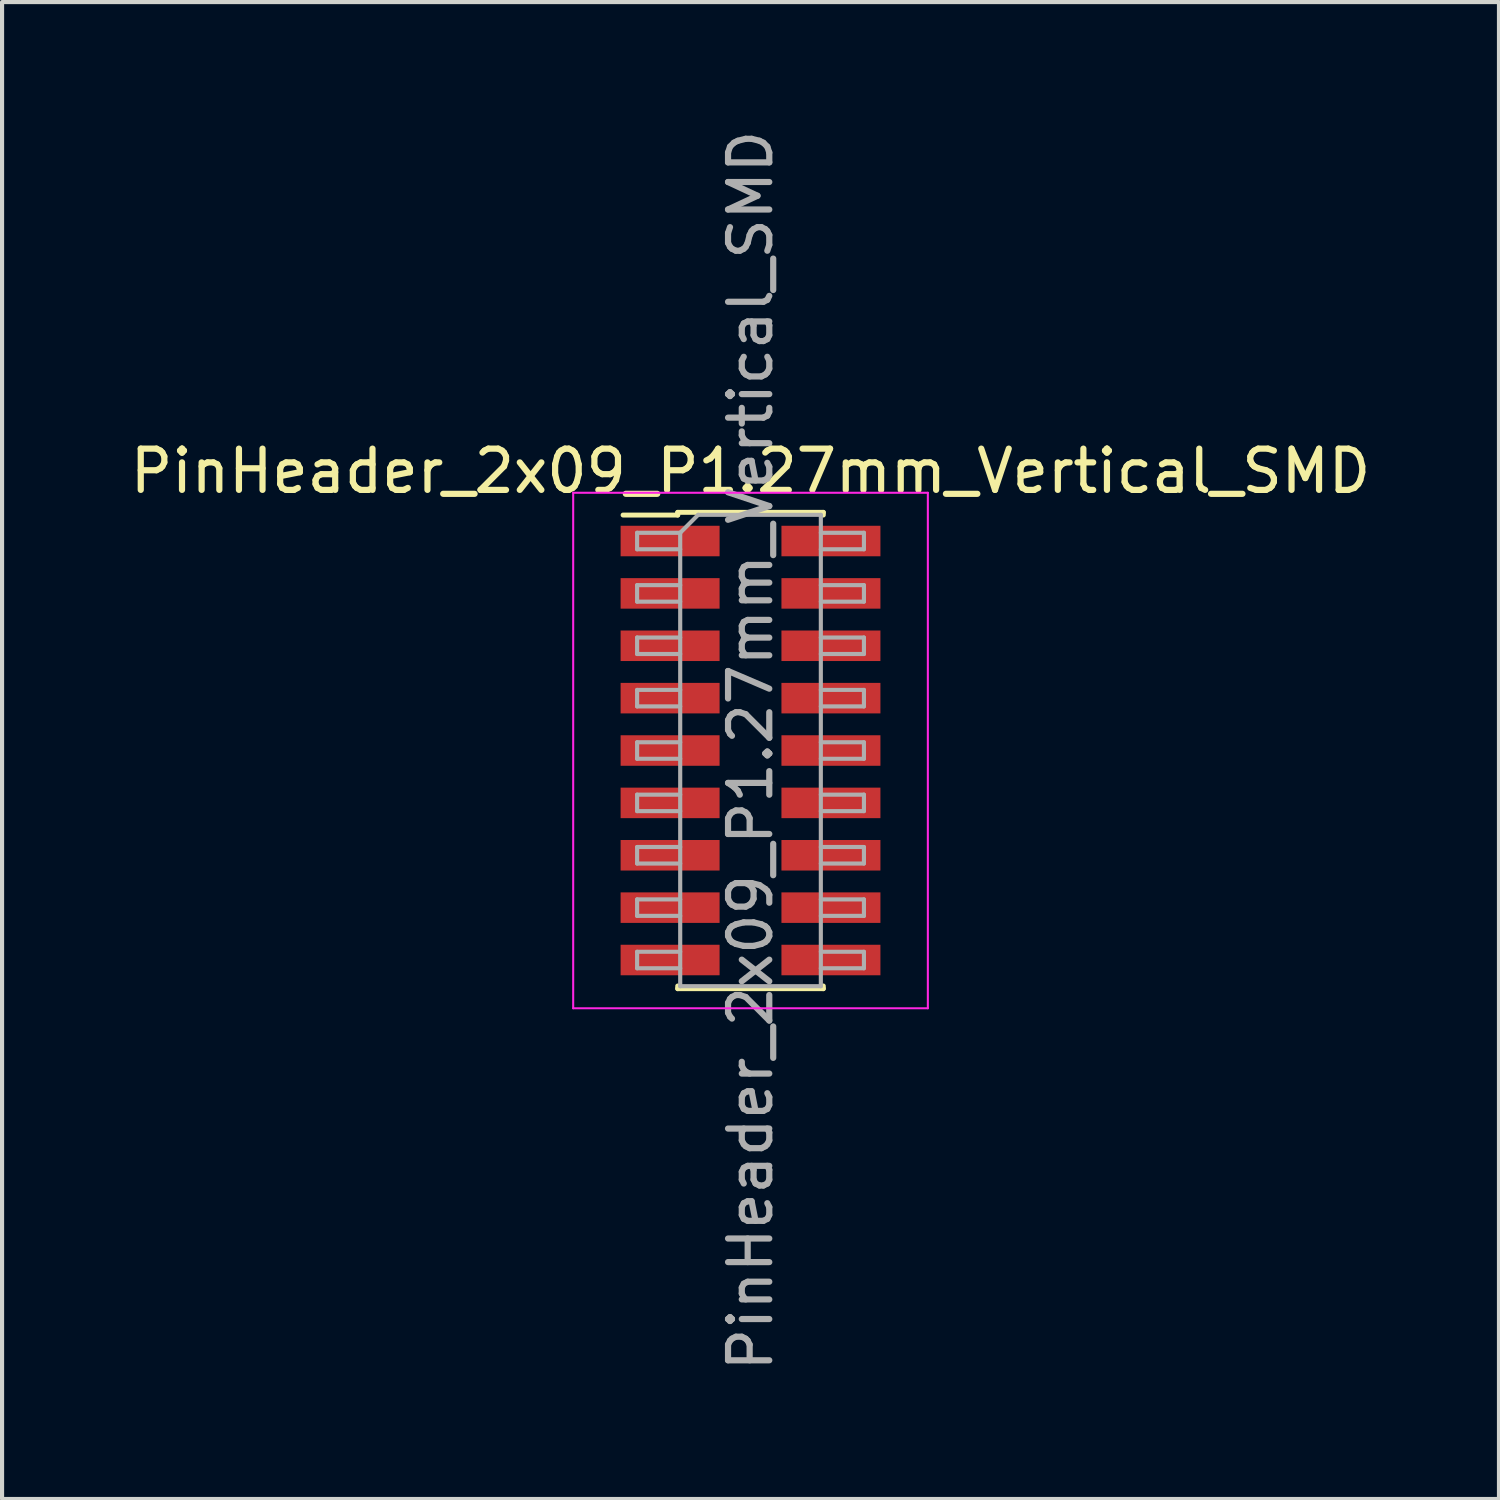
<source format=kicad_pcb>
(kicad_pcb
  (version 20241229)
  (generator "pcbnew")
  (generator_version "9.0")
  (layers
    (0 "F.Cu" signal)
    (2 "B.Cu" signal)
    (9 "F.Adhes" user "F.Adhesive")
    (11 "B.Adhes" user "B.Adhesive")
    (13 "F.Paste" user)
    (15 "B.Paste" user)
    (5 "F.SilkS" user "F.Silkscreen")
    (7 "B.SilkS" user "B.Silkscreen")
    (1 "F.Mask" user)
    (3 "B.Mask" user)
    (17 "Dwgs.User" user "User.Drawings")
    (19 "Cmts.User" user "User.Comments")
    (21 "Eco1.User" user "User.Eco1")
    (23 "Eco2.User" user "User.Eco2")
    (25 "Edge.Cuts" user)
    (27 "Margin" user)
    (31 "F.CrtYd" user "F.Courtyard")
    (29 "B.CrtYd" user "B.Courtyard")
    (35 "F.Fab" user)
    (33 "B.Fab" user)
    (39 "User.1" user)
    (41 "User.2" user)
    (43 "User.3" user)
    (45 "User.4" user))
  (footprint "PinHeader_2x09_P1.27mm_Vertical_SMD"
    (layer "F.Cu")
    (at 15.149 15.149)
    (property "Reference" "PinHeader_2x09_P1.27mm_Vertical_SMD" (at 0 -6.775 0) (layer "F.SilkS") (effects (font (size 1 1) (thickness 0.15))))
    (attr smd)
    (fp_line (start -3.09 -5.71) (end -1.765 -5.71) (stroke (width 0.12) (type solid)) (layer "F.SilkS"))
    (fp_line (start -1.765 -5.775) (end -1.765 -5.71) (stroke (width 0.12) (type solid)) (layer "F.SilkS"))
    (fp_line (start -1.765 -5.775) (end 1.765 -5.775) (stroke (width 0.12) (type solid)) (layer "F.SilkS"))
    (fp_line (start -1.765 5.71) (end -1.765 5.775) (stroke (width 0.12) (type solid)) (layer "F.SilkS"))
    (fp_line (start -1.765 5.775) (end 1.765 5.775) (stroke (width 0.12) (type solid)) (layer "F.SilkS"))
    (fp_line (start 1.765 -5.775) (end 1.765 -5.71) (stroke (width 0.12) (type solid)) (layer "F.SilkS"))
    (fp_line (start 1.765 5.71) (end 1.765 5.775) (stroke (width 0.12) (type solid)) (layer "F.SilkS"))
    (fp_line (start -4.3 -6.25) (end -4.3 6.25) (stroke (width 0.05) (type solid)) (layer "F.CrtYd"))
    (fp_line (start -4.3 6.25) (end 4.3 6.25) (stroke (width 0.05) (type solid)) (layer "F.CrtYd"))
    (fp_line (start 4.3 -6.25) (end -4.3 -6.25) (stroke (width 0.05) (type solid)) (layer "F.CrtYd"))
    (fp_line (start 4.3 6.25) (end 4.3 -6.25) (stroke (width 0.05) (type solid)) (layer "F.CrtYd"))
    (fp_line (start -2.75 -5.28) (end -2.75 -4.88) (stroke (width 0.1) (type solid)) (layer "F.Fab"))
    (fp_line (start -2.75 -4.88) (end -1.705 -4.88) (stroke (width 0.1) (type solid)) (layer "F.Fab"))
    (fp_line (start -2.75 -4.01) (end -2.75 -3.61) (stroke (width 0.1) (type solid)) (layer "F.Fab"))
    (fp_line (start -2.75 -3.61) (end -1.705 -3.61) (stroke (width 0.1) (type solid)) (layer "F.Fab"))
    (fp_line (start -2.75 -2.74) (end -2.75 -2.34) (stroke (width 0.1) (type solid)) (layer "F.Fab"))
    (fp_line (start -2.75 -2.34) (end -1.705 -2.34) (stroke (width 0.1) (type solid)) (layer "F.Fab"))
    (fp_line (start -2.75 -1.47) (end -2.75 -1.07) (stroke (width 0.1) (type solid)) (layer "F.Fab"))
    (fp_line (start -2.75 -1.07) (end -1.705 -1.07) (stroke (width 0.1) (type solid)) (layer "F.Fab"))
    (fp_line (start -2.75 -0.2) (end -2.75 0.2) (stroke (width 0.1) (type solid)) (layer "F.Fab"))
    (fp_line (start -2.75 0.2) (end -1.705 0.2) (stroke (width 0.1) (type solid)) (layer "F.Fab"))
    (fp_line (start -2.75 1.07) (end -2.75 1.47) (stroke (width 0.1) (type solid)) (layer "F.Fab"))
    (fp_line (start -2.75 1.47) (end -1.705 1.47) (stroke (width 0.1) (type solid)) (layer "F.Fab"))
    (fp_line (start -2.75 2.34) (end -2.75 2.74) (stroke (width 0.1) (type solid)) (layer "F.Fab"))
    (fp_line (start -2.75 2.74) (end -1.705 2.74) (stroke (width 0.1) (type solid)) (layer "F.Fab"))
    (fp_line (start -2.75 3.61) (end -2.75 4.01) (stroke (width 0.1) (type solid)) (layer "F.Fab"))
    (fp_line (start -2.75 4.01) (end -1.705 4.01) (stroke (width 0.1) (type solid)) (layer "F.Fab"))
    (fp_line (start -2.75 4.88) (end -2.75 5.28) (stroke (width 0.1) (type solid)) (layer "F.Fab"))
    (fp_line (start -2.75 5.28) (end -1.705 5.28) (stroke (width 0.1) (type solid)) (layer "F.Fab"))
    (fp_line (start -1.705 -5.28) (end -2.75 -5.28) (stroke (width 0.1) (type solid)) (layer "F.Fab"))
    (fp_line (start -1.705 -5.28) (end -1.27 -5.715) (stroke (width 0.1) (type solid)) (layer "F.Fab"))
    (fp_line (start -1.705 -4.01) (end -2.75 -4.01) (stroke (width 0.1) (type solid)) (layer "F.Fab"))
    (fp_line (start -1.705 -2.74) (end -2.75 -2.74) (stroke (width 0.1) (type solid)) (layer "F.Fab"))
    (fp_line (start -1.705 -1.47) (end -2.75 -1.47) (stroke (width 0.1) (type solid)) (layer "F.Fab"))
    (fp_line (start -1.705 -0.2) (end -2.75 -0.2) (stroke (width 0.1) (type solid)) (layer "F.Fab"))
    (fp_line (start -1.705 1.07) (end -2.75 1.07) (stroke (width 0.1) (type solid)) (layer "F.Fab"))
    (fp_line (start -1.705 2.34) (end -2.75 2.34) (stroke (width 0.1) (type solid)) (layer "F.Fab"))
    (fp_line (start -1.705 3.61) (end -2.75 3.61) (stroke (width 0.1) (type solid)) (layer "F.Fab"))
    (fp_line (start -1.705 4.88) (end -2.75 4.88) (stroke (width 0.1) (type solid)) (layer "F.Fab"))
    (fp_line (start -1.705 5.715) (end -1.705 -5.28) (stroke (width 0.1) (type solid)) (layer "F.Fab"))
    (fp_line (start -1.27 -5.715) (end 1.705 -5.715) (stroke (width 0.1) (type solid)) (layer "F.Fab"))
    (fp_line (start 1.705 -5.715) (end 1.705 5.715) (stroke (width 0.1) (type solid)) (layer "F.Fab"))
    (fp_line (start 1.705 -5.28) (end 2.75 -5.28) (stroke (width 0.1) (type solid)) (layer "F.Fab"))
    (fp_line (start 1.705 -4.01) (end 2.75 -4.01) (stroke (width 0.1) (type solid)) (layer "F.Fab"))
    (fp_line (start 1.705 -2.74) (end 2.75 -2.74) (stroke (width 0.1) (type solid)) (layer "F.Fab"))
    (fp_line (start 1.705 -1.47) (end 2.75 -1.47) (stroke (width 0.1) (type solid)) (layer "F.Fab"))
    (fp_line (start 1.705 -0.2) (end 2.75 -0.2) (stroke (width 0.1) (type solid)) (layer "F.Fab"))
    (fp_line (start 1.705 1.07) (end 2.75 1.07) (stroke (width 0.1) (type solid)) (layer "F.Fab"))
    (fp_line (start 1.705 2.34) (end 2.75 2.34) (stroke (width 0.1) (type solid)) (layer "F.Fab"))
    (fp_line (start 1.705 3.61) (end 2.75 3.61) (stroke (width 0.1) (type solid)) (layer "F.Fab"))
    (fp_line (start 1.705 4.88) (end 2.75 4.88) (stroke (width 0.1) (type solid)) (layer "F.Fab"))
    (fp_line (start 1.705 5.715) (end -1.705 5.715) (stroke (width 0.1) (type solid)) (layer "F.Fab"))
    (fp_line (start 2.75 -5.28) (end 2.75 -4.88) (stroke (width 0.1) (type solid)) (layer "F.Fab"))
    (fp_line (start 2.75 -4.88) (end 1.705 -4.88) (stroke (width 0.1) (type solid)) (layer "F.Fab"))
    (fp_line (start 2.75 -4.01) (end 2.75 -3.61) (stroke (width 0.1) (type solid)) (layer "F.Fab"))
    (fp_line (start 2.75 -3.61) (end 1.705 -3.61) (stroke (width 0.1) (type solid)) (layer "F.Fab"))
    (fp_line (start 2.75 -2.74) (end 2.75 -2.34) (stroke (width 0.1) (type solid)) (layer "F.Fab"))
    (fp_line (start 2.75 -2.34) (end 1.705 -2.34) (stroke (width 0.1) (type solid)) (layer "F.Fab"))
    (fp_line (start 2.75 -1.47) (end 2.75 -1.07) (stroke (width 0.1) (type solid)) (layer "F.Fab"))
    (fp_line (start 2.75 -1.07) (end 1.705 -1.07) (stroke (width 0.1) (type solid)) (layer "F.Fab"))
    (fp_line (start 2.75 -0.2) (end 2.75 0.2) (stroke (width 0.1) (type solid)) (layer "F.Fab"))
    (fp_line (start 2.75 0.2) (end 1.705 0.2) (stroke (width 0.1) (type solid)) (layer "F.Fab"))
    (fp_line (start 2.75 1.07) (end 2.75 1.47) (stroke (width 0.1) (type solid)) (layer "F.Fab"))
    (fp_line (start 2.75 1.47) (end 1.705 1.47) (stroke (width 0.1) (type solid)) (layer "F.Fab"))
    (fp_line (start 2.75 2.34) (end 2.75 2.74) (stroke (width 0.1) (type solid)) (layer "F.Fab"))
    (fp_line (start 2.75 2.74) (end 1.705 2.74) (stroke (width 0.1) (type solid)) (layer "F.Fab"))
    (fp_line (start 2.75 3.61) (end 2.75 4.01) (stroke (width 0.1) (type solid)) (layer "F.Fab"))
    (fp_line (start 2.75 4.01) (end 1.705 4.01) (stroke (width 0.1) (type solid)) (layer "F.Fab"))
    (fp_line (start 2.75 4.88) (end 2.75 5.28) (stroke (width 0.1) (type solid)) (layer "F.Fab"))
    (fp_line (start 2.75 5.28) (end 1.705 5.28) (stroke (width 0.1) (type solid)) (layer "F.Fab"))
    (fp_text user "${REFERENCE}" (at 0 0 90) (layer "F.Fab") (effects (font (size 1 1) (thickness 0.15))))
    (pad "1" smd rect (at -1.95 -5.08) (size 2.4 0.74) (layers "F.Cu" "F.Mask" "F.Paste"))
    (pad "2" smd rect (at 1.95 -5.08) (size 2.4 0.74) (layers "F.Cu" "F.Mask" "F.Paste"))
    (pad "3" smd rect (at -1.95 -3.81) (size 2.4 0.74) (layers "F.Cu" "F.Mask" "F.Paste"))
    (pad "4" smd rect (at 1.95 -3.81) (size 2.4 0.74) (layers "F.Cu" "F.Mask" "F.Paste"))
    (pad "5" smd rect (at -1.95 -2.54) (size 2.4 0.74) (layers "F.Cu" "F.Mask" "F.Paste"))
    (pad "6" smd rect (at 1.95 -2.54) (size 2.4 0.74) (layers "F.Cu" "F.Mask" "F.Paste"))
    (pad "7" smd rect (at -1.95 -1.27) (size 2.4 0.74) (layers "F.Cu" "F.Mask" "F.Paste"))
    (pad "8" smd rect (at 1.95 -1.27) (size 2.4 0.74) (layers "F.Cu" "F.Mask" "F.Paste"))
    (pad "9" smd rect (at -1.95 0) (size 2.4 0.74) (layers "F.Cu" "F.Mask" "F.Paste"))
    (pad "10" smd rect (at 1.95 0) (size 2.4 0.74) (layers "F.Cu" "F.Mask" "F.Paste"))
    (pad "11" smd rect (at -1.95 1.27) (size 2.4 0.74) (layers "F.Cu" "F.Mask" "F.Paste"))
    (pad "12" smd rect (at 1.95 1.27) (size 2.4 0.74) (layers "F.Cu" "F.Mask" "F.Paste"))
    (pad "13" smd rect (at -1.95 2.54) (size 2.4 0.74) (layers "F.Cu" "F.Mask" "F.Paste"))
    (pad "14" smd rect (at 1.95 2.54) (size 2.4 0.74) (layers "F.Cu" "F.Mask" "F.Paste"))
    (pad "15" smd rect (at -1.95 3.81) (size 2.4 0.74) (layers "F.Cu" "F.Mask" "F.Paste"))
    (pad "16" smd rect (at 1.95 3.81) (size 2.4 0.74) (layers "F.Cu" "F.Mask" "F.Paste"))
    (pad "17" smd rect (at -1.95 5.08) (size 2.4 0.74) (layers "F.Cu" "F.Mask" "F.Paste"))
    (pad "18" smd rect (at 1.95 5.08) (size 2.4 0.74) (layers "F.Cu" "F.Mask" "F.Paste")))
  (gr_rect
    (start -3 -3)
    (end 33.298 33.298)
    (stroke (width 0.1) (type default))
    (fill no)
    (layer "Edge.Cuts")))
</source>
